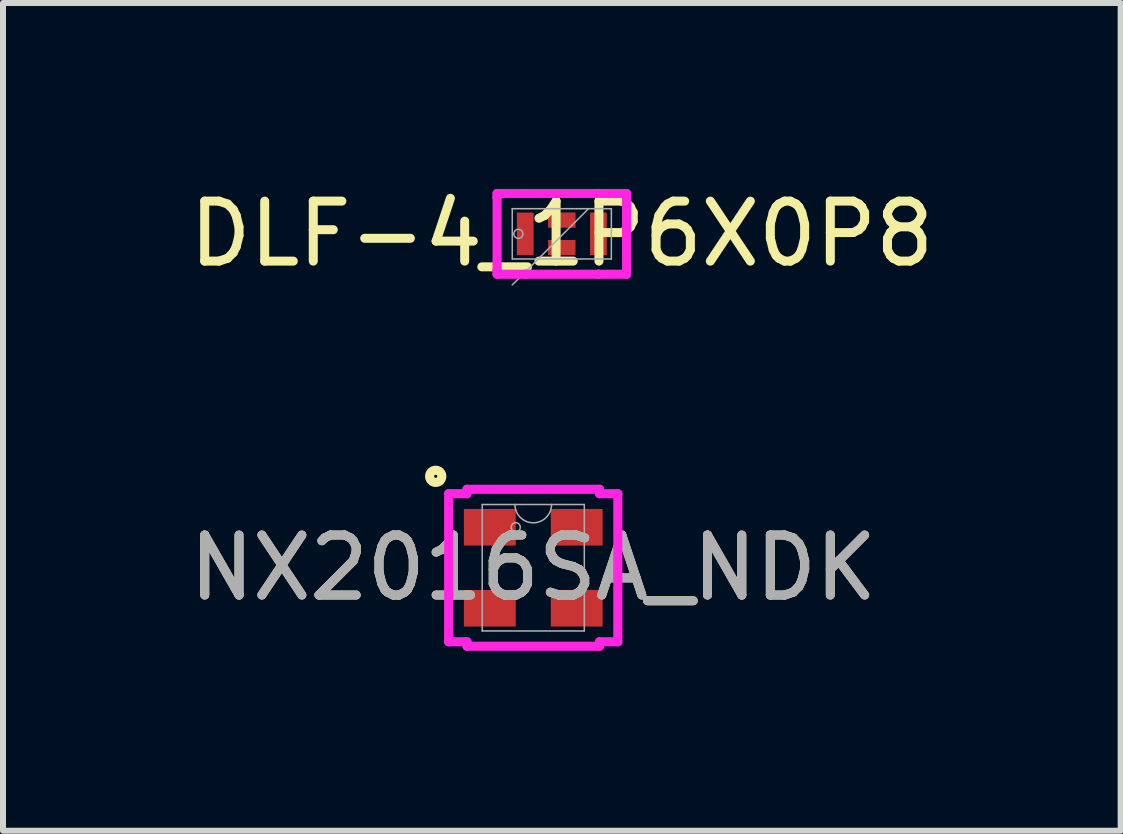
<source format=kicad_pcb>
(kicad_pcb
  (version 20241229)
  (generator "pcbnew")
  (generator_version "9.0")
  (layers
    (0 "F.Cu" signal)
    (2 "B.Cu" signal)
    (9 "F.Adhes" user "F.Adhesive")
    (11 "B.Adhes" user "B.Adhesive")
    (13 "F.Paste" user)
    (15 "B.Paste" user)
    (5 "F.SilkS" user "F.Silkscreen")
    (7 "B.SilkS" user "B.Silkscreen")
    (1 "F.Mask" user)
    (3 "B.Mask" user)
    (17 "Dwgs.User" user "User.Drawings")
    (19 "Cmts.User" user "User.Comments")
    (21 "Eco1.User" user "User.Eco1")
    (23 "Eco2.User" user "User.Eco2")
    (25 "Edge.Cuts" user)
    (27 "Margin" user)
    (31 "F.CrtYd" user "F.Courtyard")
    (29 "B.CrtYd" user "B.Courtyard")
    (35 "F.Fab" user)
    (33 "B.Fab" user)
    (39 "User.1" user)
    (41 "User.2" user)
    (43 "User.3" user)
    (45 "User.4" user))
  (footprint "DLF-4_1P6X0P8"
    (layer "F.Cu")
    (at 6.315 0.848)
    (property "Reference" "DLF-4_1P6X0P8" (at 0 0 0) (unlocked yes) (layer "F.SilkS") (effects (font (size 1 1) (thickness 0.15))))
    (attr smd)
    (fp_line (start -1.079 -0.673) (end -0.61 -0.673) (stroke (width 0.152) (type solid)) (layer "F.CrtYd"))
    (fp_line (start -1.079 -0.61) (end -1.079 -0.673) (stroke (width 0.152) (type solid)) (layer "F.CrtYd"))
    (fp_line (start -1.079 -0.61) (end -1.079 -0.61) (stroke (width 0.152) (type solid)) (layer "F.CrtYd"))
    (fp_line (start -1.079 0.61) (end -1.079 -0.61) (stroke (width 0.152) (type solid)) (layer "F.CrtYd"))
    (fp_line (start -1.079 0.61) (end -1.079 0.61) (stroke (width 0.152) (type solid)) (layer "F.CrtYd"))
    (fp_line (start -1.079 0.673) (end -1.079 0.61) (stroke (width 0.152) (type solid)) (layer "F.CrtYd"))
    (fp_line (start -0.61 -0.673) (end -0.61 -0.673) (stroke (width 0.152) (type solid)) (layer "F.CrtYd"))
    (fp_line (start -0.61 -0.673) (end 0.61 -0.673) (stroke (width 0.152) (type solid)) (layer "F.CrtYd"))
    (fp_line (start -0.61 0.673) (end -1.079 0.673) (stroke (width 0.152) (type solid)) (layer "F.CrtYd"))
    (fp_line (start -0.61 0.673) (end -0.61 0.673) (stroke (width 0.152) (type solid)) (layer "F.CrtYd"))
    (fp_line (start 0.61 -0.673) (end 0.61 -0.673) (stroke (width 0.152) (type solid)) (layer "F.CrtYd"))
    (fp_line (start 0.61 -0.673) (end 1.079 -0.673) (stroke (width 0.152) (type solid)) (layer "F.CrtYd"))
    (fp_line (start 0.61 0.673) (end -0.61 0.673) (stroke (width 0.152) (type solid)) (layer "F.CrtYd"))
    (fp_line (start 0.61 0.673) (end 0.61 0.673) (stroke (width 0.152) (type solid)) (layer "F.CrtYd"))
    (fp_line (start 1.079 -0.673) (end 1.079 -0.61) (stroke (width 0.152) (type solid)) (layer "F.CrtYd"))
    (fp_line (start 1.079 -0.61) (end 1.079 -0.61) (stroke (width 0.152) (type solid)) (layer "F.CrtYd"))
    (fp_line (start 1.079 -0.61) (end 1.079 0.61) (stroke (width 0.152) (type solid)) (layer "F.CrtYd"))
    (fp_line (start 1.079 0.61) (end 1.079 0.61) (stroke (width 0.152) (type solid)) (layer "F.CrtYd"))
    (fp_line (start 1.079 0.61) (end 1.079 0.673) (stroke (width 0.152) (type solid)) (layer "F.CrtYd"))
    (fp_line (start 1.079 0.673) (end 0.61 0.673) (stroke (width 0.152) (type solid)) (layer "F.CrtYd"))
    (fp_line (start -0.826 -0.419) (end -0.826 0.419) (stroke (width 0.025) (type solid)) (layer "F.Fab"))
    (fp_line (start -0.826 0.419) (end 0.826 0.419) (stroke (width 0.025) (type solid)) (layer "F.Fab"))
    (fp_line (start -0.826 0.851) (end 0.445 -0.419) (stroke (width 0.025) (type solid)) (layer "F.Fab"))
    (fp_line (start 0.826 -0.419) (end -0.826 -0.419) (stroke (width 0.025) (type solid)) (layer "F.Fab"))
    (fp_line (start 0.826 0.419) (end 0.826 -0.419) (stroke (width 0.025) (type solid)) (layer "F.Fab"))
    (fp_circle (center -0.724 0) (end -0.648 0) (stroke (width 0.025) (type solid)) (fill no) (layer "F.Fab"))
    (pad "1" smd rect (at -0.61 0) (size 0.279 0.711) (layers "F.Cu" "F.Mask" "F.Paste"))
    (pad "2" smd rect (at 0 -0.229 90) (size 0.254 0.457) (layers "F.Cu" "F.Mask" "F.Paste"))
    (pad "3" smd rect (at 0.61 0) (size 0.279 0.711) (layers "F.Cu" "F.Mask" "F.Paste"))
    (pad "4" smd rect (at 0 0.229 90) (size 0.254 0.457) (layers "F.Cu" "F.Mask" "F.Paste")))
  (footprint "NX2016SA_NDK"
    (layer "F.Cu")
    (at 5.839 6.414)
    (property "Reference" "NX2016SA_NDK" (at 0 0 0) (unlocked yes) (layer "F.SilkS") (effects (font (size 1 1) (thickness 0.15))))
    (attr smd)
    (fp_circle (center -1.626 -1.524) (end -1.524 -1.524) (stroke (width 0.152) (type solid)) (fill no) (layer "F.SilkS"))
    (fp_line (start -1.41 -1.234) (end -1.105 -1.234) (stroke (width 0.152) (type solid)) (layer "F.CrtYd"))
    (fp_line (start -1.41 1.234) (end -1.41 -1.234) (stroke (width 0.152) (type solid)) (layer "F.CrtYd"))
    (fp_line (start -1.41 1.234) (end -1.105 1.234) (stroke (width 0.152) (type solid)) (layer "F.CrtYd"))
    (fp_line (start -1.105 -1.308) (end 1.105 -1.308) (stroke (width 0.152) (type solid)) (layer "F.CrtYd"))
    (fp_line (start -1.105 -1.234) (end -1.105 -1.308) (stroke (width 0.152) (type solid)) (layer "F.CrtYd"))
    (fp_line (start -1.105 1.308) (end -1.105 1.234) (stroke (width 0.152) (type solid)) (layer "F.CrtYd"))
    (fp_line (start 1.105 -1.308) (end 1.105 -1.234) (stroke (width 0.152) (type solid)) (layer "F.CrtYd"))
    (fp_line (start 1.105 1.234) (end 1.105 1.308) (stroke (width 0.152) (type solid)) (layer "F.CrtYd"))
    (fp_line (start 1.105 1.308) (end -1.105 1.308) (stroke (width 0.152) (type solid)) (layer "F.CrtYd"))
    (fp_line (start 1.41 -1.234) (end 1.105 -1.234) (stroke (width 0.152) (type solid)) (layer "F.CrtYd"))
    (fp_line (start 1.41 -1.234) (end 1.41 1.234) (stroke (width 0.152) (type solid)) (layer "F.CrtYd"))
    (fp_line (start 1.41 1.234) (end 1.105 1.234) (stroke (width 0.152) (type solid)) (layer "F.CrtYd"))
    (fp_line (start -0.851 -1.054) (end -0.851 1.054) (stroke (width 0.025) (type solid)) (layer "F.Fab"))
    (fp_line (start -0.851 1.054) (end 0.851 1.054) (stroke (width 0.025) (type solid)) (layer "F.Fab"))
    (fp_line (start 0.851 -1.054) (end -0.851 -1.054) (stroke (width 0.025) (type solid)) (layer "F.Fab"))
    (fp_line (start 0.851 1.054) (end 0.851 -1.054) (stroke (width 0.025) (type solid)) (layer "F.Fab"))
    (fp_arc (start 0.3048 -1.0541) (mid 0 -0.7493) (end -0.3048 -1.0541) (stroke (width 0.0254) (type solid)) (layer "F.Fab"))
    (fp_circle (center -0.292 -0.675) (end -0.216 -0.675) (stroke (width 0.025) (type solid)) (fill no) (layer "F.Fab"))
    (fp_text user "${REFERENCE}" (at 0 0 0) (unlocked yes) (layer "F.Fab") (effects (font (size 1 1) (thickness 0.15))))
    (pad "1" smd rect (at -0.724 -0.675) (size 0.864 0.61) (layers "F.Cu" "F.Mask" "F.Paste"))
    (pad "2" smd rect (at -0.724 0.675) (size 0.864 0.61) (layers "F.Cu" "F.Mask" "F.Paste"))
    (pad "3" smd rect (at 0.724 0.675) (size 0.864 0.61) (layers "F.Cu" "F.Mask" "F.Paste"))
    (pad "4" smd rect (at 0.724 -0.675) (size 0.864 0.61) (layers "F.Cu" "F.Mask" "F.Paste")))
  (gr_rect
    (start -3 -3)
    (end 15.631 10.798)
    (stroke (width 0.1) (type default))
    (fill no)
    (layer "Edge.Cuts")))
</source>
